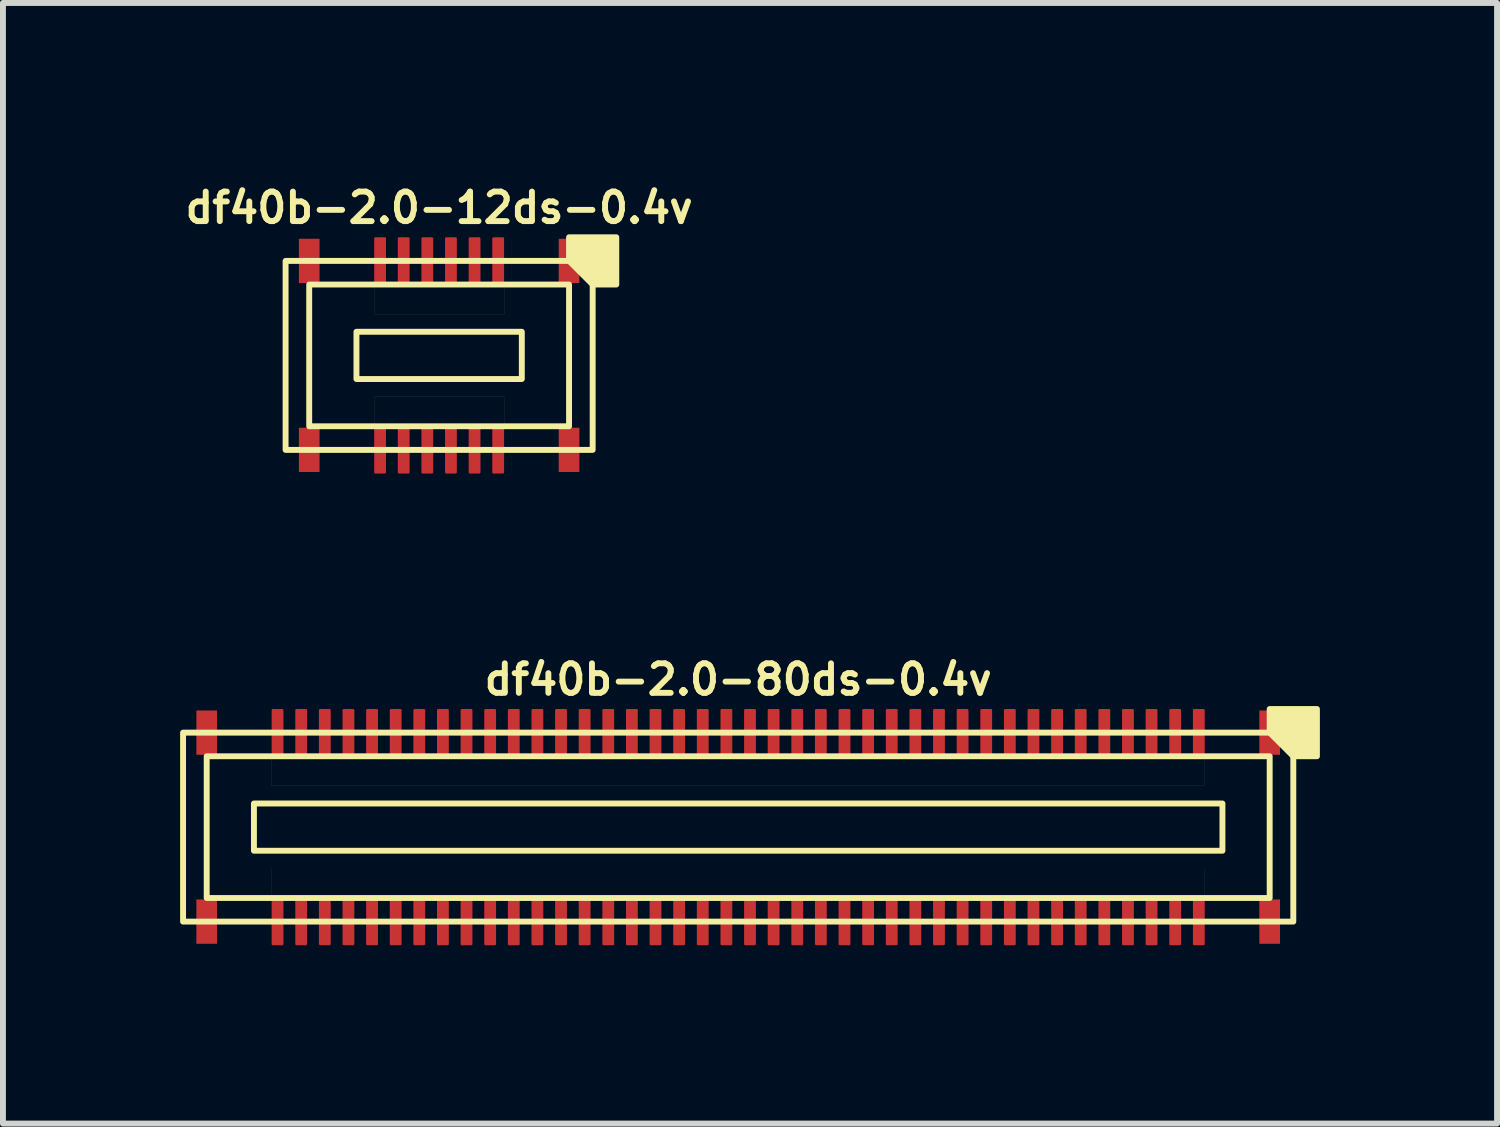
<source format=kicad_pcb>
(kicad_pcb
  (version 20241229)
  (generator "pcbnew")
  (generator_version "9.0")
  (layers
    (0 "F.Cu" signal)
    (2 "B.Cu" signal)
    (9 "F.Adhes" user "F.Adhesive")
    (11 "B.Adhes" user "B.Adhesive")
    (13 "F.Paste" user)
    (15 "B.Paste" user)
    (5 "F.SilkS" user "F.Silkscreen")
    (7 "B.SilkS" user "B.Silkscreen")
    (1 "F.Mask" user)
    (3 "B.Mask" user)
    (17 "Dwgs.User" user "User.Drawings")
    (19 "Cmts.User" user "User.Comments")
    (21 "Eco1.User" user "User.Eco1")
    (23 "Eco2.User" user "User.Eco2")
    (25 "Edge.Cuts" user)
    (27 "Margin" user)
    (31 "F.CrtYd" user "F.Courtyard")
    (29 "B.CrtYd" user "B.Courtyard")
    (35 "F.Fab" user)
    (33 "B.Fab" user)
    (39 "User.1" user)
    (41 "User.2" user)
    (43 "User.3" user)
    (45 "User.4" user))
  (footprint "df40b-2.0-80ds-0.4v"
    (layer "F.Cu")
    (at 9.45 10.956)
    (property "Reference" "df40b-2.0-80ds-0.4v" (at 0 -2.5 180) (layer "F.SilkS") (effects (font (size 0.5 0.5) (thickness 0.1))))
    (attr through_hole)
    (fp_rect (start -9.175 -1.975) (end -8.825 -1.225) (stroke (width 0) (type solid)) (fill yes) (layer "F.Cu"))
    (fp_rect (start -9.175 1.225) (end -8.825 1.975) (stroke (width 0) (type solid)) (fill yes) (layer "F.Cu"))
    (fp_rect (start 8.825 -1.975) (end 9.175 -1.225) (stroke (width 0) (type solid)) (fill yes) (layer "F.Cu"))
    (fp_rect (start 8.825 1.225) (end 9.175 1.975) (stroke (width 0) (type solid)) (fill yes) (layer "F.Cu"))
    (fp_rect (start -9.205 -2.005) (end -8.795 -1.195) (stroke (width 0.03) (type solid)) (fill yes) (layer "F.Mask"))
    (fp_rect (start -9.205 1.195) (end -8.795 2.005) (stroke (width 0.03) (type solid)) (fill yes) (layer "F.Mask"))
    (fp_rect (start 8.795 -2.005) (end 9.205 -1.195) (stroke (width 0.03) (type solid)) (fill yes) (layer "F.Mask"))
    (fp_rect (start 8.795 1.195) (end 9.205 2.005) (stroke (width 0.03) (type solid)) (fill yes) (layer "F.Mask"))
    (fp_rect (start -8.2 -0.4) (end 8.2 0.4) (stroke (width 0.1) (type default)) (fill no) (layer "F.SilkS"))
    (fp_rect (start 9 -1.2) (end -9 1.2) (stroke (width 0.1) (type default)) (fill no) (layer "F.SilkS"))
    (fp_rect (start 9.4 -1.6) (end -9.4 1.6) (stroke (width 0.1) (type default)) (fill no) (layer "F.SilkS"))
    (fp_poly (pts (xy 9 -1.6) (xy 9 -2) (xy 9.8 -2) (xy 9.8 -1.2) (xy 9.4 -1.2)) (stroke (width 0.1) (type solid)) (fill yes) (layer "F.SilkS"))
    (fp_rect (start -9.175 -1.975) (end -8.825 -1.225) (stroke (width 0) (type solid)) (fill yes) (layer "F.Paste"))
    (fp_rect (start -9.175 1.225) (end -8.825 1.975) (stroke (width 0) (type solid)) (fill yes) (layer "F.Paste"))
    (fp_rect (start 8.825 -1.975) (end 9.175 -1.225) (stroke (width 0) (type solid)) (fill yes) (layer "F.Paste"))
    (fp_rect (start 8.825 1.225) (end 9.175 1.975) (stroke (width 0) (type solid)) (fill yes) (layer "F.Paste"))
    (fp_poly (pts (xy -7.9 -1.2) (xy 7.9 -1.2) (xy 7.9 -0.7) (xy -7.9 -0.7)) (stroke (width 0.001) (type solid)) (fill no) (layer "Dwgs.User"))
    (fp_poly (pts (xy -7.9 0.7) (xy 7.9 0.7) (xy 7.9 1.2) (xy -7.9 1.2)) (stroke (width 0.001) (type solid)) (fill no) (layer "Dwgs.User"))
    (pad "1" smd roundrect (at 7.8 -1.6) (size 0.2 0.8) (layers "F.Cu" "F.Mask" "F.Paste") (roundrect_rratio 0.1))
    (pad "2" smd roundrect (at 7.8 1.6) (size 0.2 0.8) (layers "F.Cu" "F.Mask" "F.Paste") (roundrect_rratio 0.1))
    (pad "3" smd roundrect (at 7.4 -1.6) (size 0.2 0.8) (layers "F.Cu" "F.Mask" "F.Paste") (roundrect_rratio 0.1))
    (pad "4" smd roundrect (at 7.4 1.6) (size 0.2 0.8) (layers "F.Cu" "F.Mask" "F.Paste") (roundrect_rratio 0.1))
    (pad "5" smd roundrect (at 7 -1.6) (size 0.2 0.8) (layers "F.Cu" "F.Mask" "F.Paste") (roundrect_rratio 0.1))
    (pad "6" smd roundrect (at 7 1.6) (size 0.2 0.8) (layers "F.Cu" "F.Mask" "F.Paste") (roundrect_rratio 0.1))
    (pad "7" smd roundrect (at 6.6 -1.6) (size 0.2 0.8) (layers "F.Cu" "F.Mask" "F.Paste") (roundrect_rratio 0.1))
    (pad "8" smd roundrect (at 6.6 1.6) (size 0.2 0.8) (layers "F.Cu" "F.Mask" "F.Paste") (roundrect_rratio 0.1))
    (pad "9" smd roundrect (at 6.2 -1.6) (size 0.2 0.8) (layers "F.Cu" "F.Mask" "F.Paste") (roundrect_rratio 0.1))
    (pad "10" smd roundrect (at 6.2 1.6) (size 0.2 0.8) (layers "F.Cu" "F.Mask" "F.Paste") (roundrect_rratio 0.1))
    (pad "11" smd roundrect (at 5.8 -1.6) (size 0.2 0.8) (layers "F.Cu" "F.Mask" "F.Paste") (roundrect_rratio 0.1))
    (pad "12" smd roundrect (at 5.8 1.6) (size 0.2 0.8) (layers "F.Cu" "F.Mask" "F.Paste") (roundrect_rratio 0.1))
    (pad "13" smd roundrect (at 5.4 -1.6) (size 0.2 0.8) (layers "F.Cu" "F.Mask" "F.Paste") (roundrect_rratio 0.1))
    (pad "14" smd roundrect (at 5.4 1.6) (size 0.2 0.8) (layers "F.Cu" "F.Mask" "F.Paste") (roundrect_rratio 0.1))
    (pad "15" smd roundrect (at 5 -1.6) (size 0.2 0.8) (layers "F.Cu" "F.Mask" "F.Paste") (roundrect_rratio 0.1))
    (pad "16" smd roundrect (at 5 1.6) (size 0.2 0.8) (layers "F.Cu" "F.Mask" "F.Paste") (roundrect_rratio 0.1))
    (pad "17" smd roundrect (at 4.6 -1.6) (size 0.2 0.8) (layers "F.Cu" "F.Mask" "F.Paste") (roundrect_rratio 0.1))
    (pad "18" smd roundrect (at 4.6 1.6) (size 0.2 0.8) (layers "F.Cu" "F.Mask" "F.Paste") (roundrect_rratio 0.1))
    (pad "19" smd roundrect (at 4.2 -1.6) (size 0.2 0.8) (layers "F.Cu" "F.Mask" "F.Paste") (roundrect_rratio 0.1))
    (pad "20" smd roundrect (at 4.2 1.6) (size 0.2 0.8) (layers "F.Cu" "F.Mask" "F.Paste") (roundrect_rratio 0.1))
    (pad "21" smd roundrect (at 3.8 -1.6) (size 0.2 0.8) (layers "F.Cu" "F.Mask" "F.Paste") (roundrect_rratio 0.1))
    (pad "22" smd roundrect (at 3.8 1.6) (size 0.2 0.8) (layers "F.Cu" "F.Mask" "F.Paste") (roundrect_rratio 0.1))
    (pad "23" smd roundrect (at 3.4 -1.6) (size 0.2 0.8) (layers "F.Cu" "F.Mask" "F.Paste") (roundrect_rratio 0.1))
    (pad "24" smd roundrect (at 3.4 1.6) (size 0.2 0.8) (layers "F.Cu" "F.Mask" "F.Paste") (roundrect_rratio 0.1))
    (pad "25" smd roundrect (at 3 -1.6) (size 0.2 0.8) (layers "F.Cu" "F.Mask" "F.Paste") (roundrect_rratio 0.1))
    (pad "26" smd roundrect (at 3 1.6) (size 0.2 0.8) (layers "F.Cu" "F.Mask" "F.Paste") (roundrect_rratio 0.1))
    (pad "27" smd roundrect (at 2.6 -1.6) (size 0.2 0.8) (layers "F.Cu" "F.Mask" "F.Paste") (roundrect_rratio 0.1))
    (pad "28" smd roundrect (at 2.6 1.6) (size 0.2 0.8) (layers "F.Cu" "F.Mask" "F.Paste") (roundrect_rratio 0.1))
    (pad "29" smd roundrect (at 2.2 -1.6) (size 0.2 0.8) (layers "F.Cu" "F.Mask" "F.Paste") (roundrect_rratio 0.1))
    (pad "30" smd roundrect (at 2.2 1.6) (size 0.2 0.8) (layers "F.Cu" "F.Mask" "F.Paste") (roundrect_rratio 0.1))
    (pad "31" smd roundrect (at 1.8 -1.6) (size 0.2 0.8) (layers "F.Cu" "F.Mask" "F.Paste") (roundrect_rratio 0.1))
    (pad "32" smd roundrect (at 1.8 1.6) (size 0.2 0.8) (layers "F.Cu" "F.Mask" "F.Paste") (roundrect_rratio 0.1))
    (pad "33" smd roundrect (at 1.4 -1.6) (size 0.2 0.8) (layers "F.Cu" "F.Mask" "F.Paste") (roundrect_rratio 0.1))
    (pad "34" smd roundrect (at 1.4 1.6) (size 0.2 0.8) (layers "F.Cu" "F.Mask" "F.Paste") (roundrect_rratio 0.1))
    (pad "35" smd roundrect (at 1 -1.6) (size 0.2 0.8) (layers "F.Cu" "F.Mask" "F.Paste") (roundrect_rratio 0.1))
    (pad "36" smd roundrect (at 1 1.6) (size 0.2 0.8) (layers "F.Cu" "F.Mask" "F.Paste") (roundrect_rratio 0.1))
    (pad "37" smd roundrect (at 0.6 -1.6) (size 0.2 0.8) (layers "F.Cu" "F.Mask" "F.Paste") (roundrect_rratio 0.1))
    (pad "38" smd roundrect (at 0.6 1.6) (size 0.2 0.8) (layers "F.Cu" "F.Mask" "F.Paste") (roundrect_rratio 0.1))
    (pad "39" smd roundrect (at 0.2 -1.6) (size 0.2 0.8) (layers "F.Cu" "F.Mask" "F.Paste") (roundrect_rratio 0.1))
    (pad "40" smd roundrect (at 0.2 1.6) (size 0.2 0.8) (layers "F.Cu" "F.Mask" "F.Paste") (roundrect_rratio 0.1))
    (pad "41" smd roundrect (at -0.2 -1.6) (size 0.2 0.8) (layers "F.Cu" "F.Mask" "F.Paste") (roundrect_rratio 0.1))
    (pad "42" smd roundrect (at -0.2 1.6) (size 0.2 0.8) (layers "F.Cu" "F.Mask" "F.Paste") (roundrect_rratio 0.1))
    (pad "43" smd roundrect (at -0.6 -1.6) (size 0.2 0.8) (layers "F.Cu" "F.Mask" "F.Paste") (roundrect_rratio 0.1))
    (pad "44" smd roundrect (at -0.6 1.6) (size 0.2 0.8) (layers "F.Cu" "F.Mask" "F.Paste") (roundrect_rratio 0.1))
    (pad "45" smd roundrect (at -1 -1.6) (size 0.2 0.8) (layers "F.Cu" "F.Mask" "F.Paste") (roundrect_rratio 0.1))
    (pad "46" smd roundrect (at -1 1.6) (size 0.2 0.8) (layers "F.Cu" "F.Mask" "F.Paste") (roundrect_rratio 0.1))
    (pad "47" smd roundrect (at -1.4 -1.6) (size 0.2 0.8) (layers "F.Cu" "F.Mask" "F.Paste") (roundrect_rratio 0.1))
    (pad "48" smd roundrect (at -1.4 1.6) (size 0.2 0.8) (layers "F.Cu" "F.Mask" "F.Paste") (roundrect_rratio 0.1))
    (pad "49" smd roundrect (at -1.8 -1.6) (size 0.2 0.8) (layers "F.Cu" "F.Mask" "F.Paste") (roundrect_rratio 0.1))
    (pad "50" smd roundrect (at -1.8 1.6) (size 0.2 0.8) (layers "F.Cu" "F.Mask" "F.Paste") (roundrect_rratio 0.1))
    (pad "51" smd roundrect (at -2.2 -1.6) (size 0.2 0.8) (layers "F.Cu" "F.Mask" "F.Paste") (roundrect_rratio 0.1))
    (pad "52" smd roundrect (at -2.2 1.6) (size 0.2 0.8) (layers "F.Cu" "F.Mask" "F.Paste") (roundrect_rratio 0.1))
    (pad "53" smd roundrect (at -2.6 -1.6) (size 0.2 0.8) (layers "F.Cu" "F.Mask" "F.Paste") (roundrect_rratio 0.1))
    (pad "54" smd roundrect (at -2.6 1.6) (size 0.2 0.8) (layers "F.Cu" "F.Mask" "F.Paste") (roundrect_rratio 0.1))
    (pad "55" smd roundrect (at -3 -1.6) (size 0.2 0.8) (layers "F.Cu" "F.Mask" "F.Paste") (roundrect_rratio 0.1))
    (pad "56" smd roundrect (at -3 1.6) (size 0.2 0.8) (layers "F.Cu" "F.Mask" "F.Paste") (roundrect_rratio 0.1))
    (pad "57" smd roundrect (at -3.4 -1.6) (size 0.2 0.8) (layers "F.Cu" "F.Mask" "F.Paste") (roundrect_rratio 0.1))
    (pad "58" smd roundrect (at -3.4 1.6) (size 0.2 0.8) (layers "F.Cu" "F.Mask" "F.Paste") (roundrect_rratio 0.1))
    (pad "59" smd roundrect (at -3.8 -1.6) (size 0.2 0.8) (layers "F.Cu" "F.Mask" "F.Paste") (roundrect_rratio 0.1))
    (pad "60" smd roundrect (at -3.8 1.6) (size 0.2 0.8) (layers "F.Cu" "F.Mask" "F.Paste") (roundrect_rratio 0.1))
    (pad "61" smd roundrect (at -4.2 -1.6) (size 0.2 0.8) (layers "F.Cu" "F.Mask" "F.Paste") (roundrect_rratio 0.1))
    (pad "62" smd roundrect (at -4.2 1.6) (size 0.2 0.8) (layers "F.Cu" "F.Mask" "F.Paste") (roundrect_rratio 0.1))
    (pad "63" smd roundrect (at -4.6 -1.6) (size 0.2 0.8) (layers "F.Cu" "F.Mask" "F.Paste") (roundrect_rratio 0.1))
    (pad "64" smd roundrect (at -4.6 1.6) (size 0.2 0.8) (layers "F.Cu" "F.Mask" "F.Paste") (roundrect_rratio 0.1))
    (pad "65" smd roundrect (at -5 -1.6) (size 0.2 0.8) (layers "F.Cu" "F.Mask" "F.Paste") (roundrect_rratio 0.1))
    (pad "66" smd roundrect (at -5 1.6) (size 0.2 0.8) (layers "F.Cu" "F.Mask" "F.Paste") (roundrect_rratio 0.1))
    (pad "67" smd roundrect (at -5.4 -1.6) (size 0.2 0.8) (layers "F.Cu" "F.Mask" "F.Paste") (roundrect_rratio 0.1))
    (pad "68" smd roundrect (at -5.4 1.6) (size 0.2 0.8) (layers "F.Cu" "F.Mask" "F.Paste") (roundrect_rratio 0.1))
    (pad "69" smd roundrect (at -5.8 -1.6) (size 0.2 0.8) (layers "F.Cu" "F.Mask" "F.Paste") (roundrect_rratio 0.1))
    (pad "70" smd roundrect (at -5.8 1.6) (size 0.2 0.8) (layers "F.Cu" "F.Mask" "F.Paste") (roundrect_rratio 0.1))
    (pad "71" smd roundrect (at -6.2 -1.6) (size 0.2 0.8) (layers "F.Cu" "F.Mask" "F.Paste") (roundrect_rratio 0.1))
    (pad "72" smd roundrect (at -6.2 1.6) (size 0.2 0.8) (layers "F.Cu" "F.Mask" "F.Paste") (roundrect_rratio 0.1))
    (pad "73" smd roundrect (at -6.6 -1.6) (size 0.2 0.8) (layers "F.Cu" "F.Mask" "F.Paste") (roundrect_rratio 0.1))
    (pad "74" smd roundrect (at -6.6 1.6) (size 0.2 0.8) (layers "F.Cu" "F.Mask" "F.Paste") (roundrect_rratio 0.1))
    (pad "75" smd roundrect (at -7 -1.6) (size 0.2 0.8) (layers "F.Cu" "F.Mask" "F.Paste") (roundrect_rratio 0.1))
    (pad "76" smd roundrect (at -7 1.6) (size 0.2 0.8) (layers "F.Cu" "F.Mask" "F.Paste") (roundrect_rratio 0.1))
    (pad "77" smd roundrect (at -7.4 -1.6) (size 0.2 0.8) (layers "F.Cu" "F.Mask" "F.Paste") (roundrect_rratio 0.1))
    (pad "78" smd roundrect (at -7.4 1.6) (size 0.2 0.8) (layers "F.Cu" "F.Mask" "F.Paste") (roundrect_rratio 0.1))
    (pad "79" smd roundrect (at -7.8 -1.6) (size 0.2 0.8) (layers "F.Cu" "F.Mask" "F.Paste") (roundrect_rratio 0.1))
    (pad "80" smd roundrect (at -7.8 1.6) (size 0.2 0.8) (layers "F.Cu" "F.Mask" "F.Paste") (roundrect_rratio 0.1)))
  (footprint "df40b-2.0-12ds-0.4v"
    (layer "F.Cu")
    (at 4.386 2.968)
    (property "Reference" "df40b-2.0-12ds-0.4v" (at 0 -2.5 180) (layer "F.SilkS") (effects (font (size 0.5 0.5) (thickness 0.1))))
    (attr smd)
    (fp_rect (start -2.375 -1.975) (end -2.025 -1.225) (stroke (width 0) (type solid)) (fill yes) (layer "F.Cu"))
    (fp_rect (start -2.375 1.225) (end -2.025 1.975) (stroke (width 0) (type solid)) (fill yes) (layer "F.Cu"))
    (fp_rect (start 2.025 -1.975) (end 2.375 -1.225) (stroke (width 0) (type solid)) (fill yes) (layer "F.Cu"))
    (fp_rect (start 2.025 1.225) (end 2.375 1.975) (stroke (width 0) (type solid)) (fill yes) (layer "F.Cu"))
    (fp_rect (start -2.405 -2.005) (end -1.995 -1.195) (stroke (width 0.03) (type solid)) (fill yes) (layer "F.Mask"))
    (fp_rect (start -2.405 1.195) (end -1.995 2.005) (stroke (width 0.03) (type solid)) (fill yes) (layer "F.Mask"))
    (fp_rect (start 1.995 -2.005) (end 2.405 -1.195) (stroke (width 0.03) (type solid)) (fill yes) (layer "F.Mask"))
    (fp_rect (start 1.995 1.195) (end 2.405 2.005) (stroke (width 0.03) (type solid)) (fill yes) (layer "F.Mask"))
    (fp_rect (start -1.4 -0.4) (end 1.4 0.4) (stroke (width 0.1) (type default)) (fill no) (layer "F.SilkS"))
    (fp_rect (start 2.2 -1.2) (end -2.2 1.2) (stroke (width 0.1) (type default)) (fill no) (layer "F.SilkS"))
    (fp_rect (start 2.6 -1.6) (end -2.6 1.6) (stroke (width 0.1) (type default)) (fill no) (layer "F.SilkS"))
    (fp_poly (pts (xy 2.2 -1.6) (xy 2.2 -2) (xy 3 -2) (xy 3 -1.2) (xy 2.6 -1.2)) (stroke (width 0.1) (type solid)) (fill yes) (layer "F.SilkS"))
    (fp_rect (start -2.375 -1.975) (end -2.025 -1.225) (stroke (width 0) (type solid)) (fill yes) (layer "F.Paste"))
    (fp_rect (start -2.375 1.225) (end -2.025 1.975) (stroke (width 0) (type solid)) (fill yes) (layer "F.Paste"))
    (fp_rect (start 2.025 -1.975) (end 2.375 -1.225) (stroke (width 0) (type solid)) (fill yes) (layer "F.Paste"))
    (fp_rect (start 2.025 1.225) (end 2.375 1.975) (stroke (width 0) (type solid)) (fill yes) (layer "F.Paste"))
    (fp_poly (pts (xy -1.1 -1.2) (xy 1.1 -1.2) (xy 1.1 -0.7) (xy -1.1 -0.7)) (stroke (width 0.001) (type solid)) (fill no) (layer "Dwgs.User"))
    (fp_poly (pts (xy -1.1 0.7) (xy 1.1 0.7) (xy 1.1 1.2) (xy -1.1 1.2)) (stroke (width 0.001) (type solid)) (fill no) (layer "Dwgs.User"))
    (pad "1" smd roundrect (at 1 -1.6) (size 0.2 0.8) (layers "F.Cu" "F.Mask" "F.Paste") (roundrect_rratio 0.1))
    (pad "2" smd roundrect (at 1 1.6) (size 0.2 0.8) (layers "F.Cu" "F.Mask" "F.Paste") (roundrect_rratio 0.1))
    (pad "3" smd roundrect (at 0.6 -1.6) (size 0.2 0.8) (layers "F.Cu" "F.Mask" "F.Paste") (roundrect_rratio 0.1))
    (pad "4" smd roundrect (at 0.6 1.6) (size 0.2 0.8) (layers "F.Cu" "F.Mask" "F.Paste") (roundrect_rratio 0.1))
    (pad "5" smd roundrect (at 0.2 -1.6) (size 0.2 0.8) (layers "F.Cu" "F.Mask" "F.Paste") (roundrect_rratio 0.1))
    (pad "6" smd roundrect (at 0.2 1.6) (size 0.2 0.8) (layers "F.Cu" "F.Mask" "F.Paste") (roundrect_rratio 0.1))
    (pad "7" smd roundrect (at -0.2 -1.6) (size 0.2 0.8) (layers "F.Cu" "F.Mask" "F.Paste") (roundrect_rratio 0.1))
    (pad "8" smd roundrect (at -0.2 1.6) (size 0.2 0.8) (layers "F.Cu" "F.Mask" "F.Paste") (roundrect_rratio 0.1))
    (pad "9" smd roundrect (at -0.6 -1.6) (size 0.2 0.8) (layers "F.Cu" "F.Mask" "F.Paste") (roundrect_rratio 0.1))
    (pad "10" smd roundrect (at -0.6 1.6) (size 0.2 0.8) (layers "F.Cu" "F.Mask" "F.Paste") (roundrect_rratio 0.1))
    (pad "11" smd roundrect (at -1 -1.6) (size 0.2 0.8) (layers "F.Cu" "F.Mask" "F.Paste") (roundrect_rratio 0.1))
    (pad "12" smd roundrect (at -1 1.6) (size 0.2 0.8) (layers "F.Cu" "F.Mask" "F.Paste") (roundrect_rratio 0.1)))
  (gr_rect
    (start -3 -3)
    (end 22.3 15.976)
    (stroke (width 0.1) (type default))
    (fill no)
    (layer "Edge.Cuts")))
</source>
